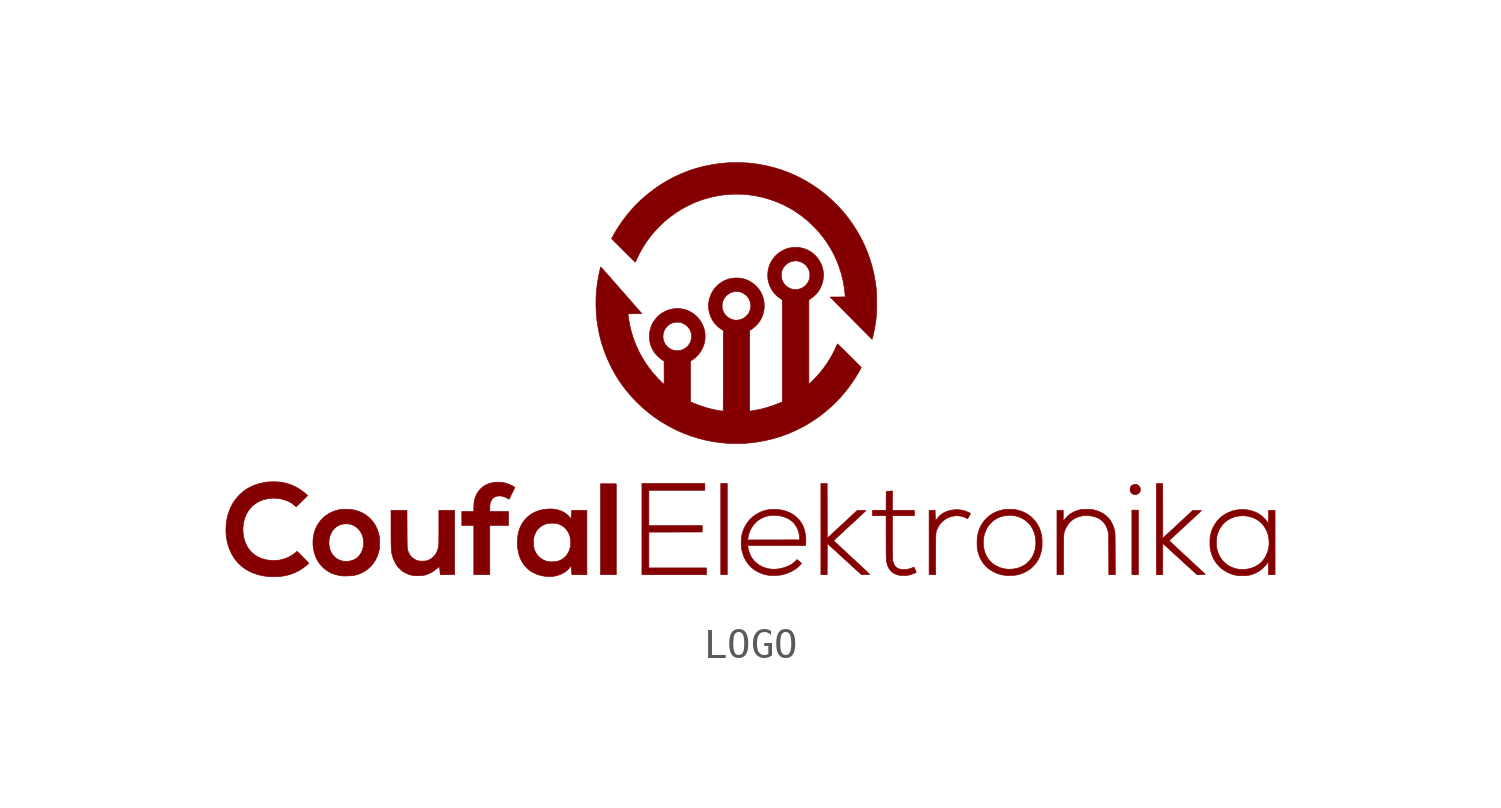
<source format=kicad_sym>
(kicad_symbol_lib
  (version 20210619)
  (generator bitmap2component)
  (symbol "LOGO"
    (pin_names
      (offset 1.016))
    (property "Reference" "#G"
      (at 0 6.861 0)
      (effects (font (size 1.27 1.27)) hide))
    (symbol "LOGO_0_0"
      (polyline (pts (xy -15.805 -6.188) (xy -15.737 -6.186) (xy -15.675 -6.183) (xy -15.624 -6.178) (xy -15.595 -6.174) (xy -15.439 -6.146) (xy -15.29 -6.105) (xy -15.148 -6.05) (xy -15.014 -5.982) (xy -14.886 -5.899) (xy -14.764 -5.804) (xy -14.744 -5.786) (xy -14.722 -5.766) (xy -14.707 -5.75) (xy -14.702 -5.742) (xy -14.707 -5.737) (xy -14.721 -5.721) (xy -14.743 -5.697) (xy -14.773 -5.666) (xy -14.809 -5.629) (xy -14.85 -5.587) (xy -14.894 -5.543) (xy -15.087 -5.35) (xy -15.137 -5.393) (xy -15.182 -5.429) (xy -15.287 -5.499) (xy -15.401 -5.558) (xy -15.524 -5.603) (xy -15.654 -5.637) (xy -15.654 -5.637) (xy -15.701 -5.644) (xy -15.76 -5.648) (xy -15.825 -5.651) (xy -15.893 -5.651) (xy -15.96 -5.648) (xy -16.022 -5.643) (xy -16.074 -5.636) (xy -16.121 -5.627) (xy -16.241 -5.593) (xy -16.352 -5.548) (xy -16.453 -5.492) (xy -16.544 -5.424) (xy -16.625 -5.345) (xy -16.696 -5.255) (xy -16.755 -5.154) (xy -16.799 -5.056) (xy -16.837 -4.94) (xy -16.863 -4.822) (xy -16.875 -4.701) (xy -16.876 -4.581) (xy -16.865 -4.462) (xy -16.843 -4.345) (xy -16.808 -4.233) (xy -16.763 -4.126) (xy -16.707 -4.026) (xy -16.639 -3.934) (xy -16.561 -3.852) (xy -16.477 -3.782) (xy -16.38 -3.721) (xy -16.276 -3.672) (xy -16.163 -3.635) (xy -16.041 -3.609) (xy -15.909 -3.595) (xy -15.869 -3.593) (xy -15.759 -3.597) (xy -15.648 -3.612) (xy -15.539 -3.639) (xy -15.434 -3.674) (xy -15.336 -3.72) (xy -15.246 -3.773) (xy -15.168 -3.834) (xy -15.163 -3.839) (xy -15.142 -3.857) (xy -15.126 -3.869) (xy -15.117 -3.874) (xy -15.113 -3.871) (xy -15.098 -3.858) (xy -15.075 -3.837) (xy -15.045 -3.808) (xy -15.009 -3.773) (xy -14.968 -3.734) (xy -14.924 -3.691) (xy -14.736 -3.507) (xy -14.771 -3.476) (xy -14.772 -3.475) (xy -14.896 -3.372) (xy -15.025 -3.283) (xy -15.159 -3.208) (xy -15.3 -3.147) (xy -15.446 -3.1) (xy -15.6 -3.067) (xy -15.627 -3.063) (xy -15.675 -3.059) (xy -15.734 -3.056) (xy -15.798 -3.054) (xy -15.866 -3.053) (xy -15.932 -3.054) (xy -15.994 -3.055) (xy -16.049 -3.058) (xy -16.093 -3.063) (xy -16.218 -3.084) (xy -16.366 -3.12) (xy -16.505 -3.167) (xy -16.634 -3.225) (xy -16.755 -3.294) (xy -16.868 -3.375) (xy -16.974 -3.469) (xy -17.026 -3.521) (xy -17.122 -3.635) (xy -17.205 -3.757) (xy -17.276 -3.889) (xy -17.335 -4.029) (xy -17.381 -4.178) (xy -17.416 -4.337) (xy -17.421 -4.373) (xy -17.428 -4.441) (xy -17.433 -4.517) (xy -17.436 -4.597) (xy -17.437 -4.675) (xy -17.435 -4.748) (xy -17.43 -4.811) (xy -17.428 -4.83) (xy -17.404 -4.991) (xy -17.367 -5.143) (xy -17.317 -5.287) (xy -17.256 -5.421) (xy -17.184 -5.546) (xy -17.1 -5.66) (xy -17.006 -5.765) (xy -16.901 -5.859) (xy -16.785 -5.941) (xy -16.66 -6.013) (xy -16.525 -6.073) (xy -16.381 -6.121) (xy -16.228 -6.157) (xy -16.066 -6.181) (xy -16.06 -6.182) (xy -16.008 -6.185) (xy -15.945 -6.188) (xy -15.876 -6.188) (xy -15.805 -6.188)) (stroke (width 0.01)) (fill (type outline)))
      (polyline (pts (xy -6.68 -6.179) (xy -6.626 -6.176) (xy -6.582 -6.17) (xy -6.514 -6.155) (xy -6.42 -6.126) (xy -6.331 -6.089) (xy -6.249 -6.043) (xy -6.176 -5.991) (xy -6.114 -5.933) (xy -6.066 -5.872) (xy -6.062 -5.867) (xy -6.048 -5.845) (xy -6.037 -5.83) (xy -6.032 -5.825) (xy -6.032 -5.826) (xy -6.031 -5.838) (xy -6.028 -5.862) (xy -6.025 -5.895) (xy -6.022 -5.934) (xy -6.021 -5.941) (xy -6.018 -5.984) (xy -6.014 -6.024) (xy -6.011 -6.058) (xy -6.009 -6.081) (xy -6.004 -6.121) (xy -5.51 -6.121) (xy -5.51 -3.996) (xy -6.012 -3.996) (xy -6.016 -4.044) (xy -6.019 -4.067) (xy -6.021 -4.103) (xy -6.024 -4.145) (xy -6.026 -4.187) (xy -6.031 -4.283) (xy -6.047 -4.261) (xy -6.09 -4.207) (xy -6.164 -4.135) (xy -6.248 -4.074) (xy -6.342 -4.024) (xy -6.445 -3.987) (xy -6.558 -3.962) (xy -6.559 -3.961) (xy -6.617 -3.955) (xy -6.685 -3.952) (xy -6.759 -3.952) (xy -6.835 -3.956) (xy -6.907 -3.963) (xy -6.971 -3.973) (xy -6.989 -3.977) (xy -7.115 -4.011) (xy -7.231 -4.057) (xy -7.338 -4.115) (xy -7.436 -4.184) (xy -7.522 -4.264) (xy -7.598 -4.354) (xy -7.663 -4.454) (xy -7.717 -4.564) (xy -7.758 -4.682) (xy -7.786 -4.809) (xy -7.796 -4.877) (xy -7.806 -5.006) (xy -7.806 -5.055) (xy -7.277 -5.055) (xy -7.276 -5.001) (xy -7.27 -4.93) (xy -7.257 -4.865) (xy -7.237 -4.803) (xy -7.208 -4.738) (xy -7.192 -4.707) (xy -7.175 -4.679) (xy -7.156 -4.653) (xy -7.132 -4.626) (xy -7.099 -4.592) (xy -7.077 -4.57) (xy -7.046 -4.542) (xy -7.02 -4.521) (xy -6.992 -4.504) (xy -6.961 -4.487) (xy -6.926 -4.471) (xy -6.875 -4.45) (xy -6.827 -4.436) (xy -6.778 -4.427) (xy -6.722 -4.422) (xy -6.656 -4.421) (xy -6.647 -4.421) (xy -6.588 -4.422) (xy -6.54 -4.426) (xy -6.498 -4.432) (xy -6.458 -4.443) (xy -6.417 -4.46) (xy -6.369 -4.481) (xy -6.328 -4.504) (xy -6.256 -4.555) (xy -6.194 -4.618) (xy -6.141 -4.691) (xy -6.099 -4.772) (xy -6.068 -4.861) (xy -6.049 -4.957) (xy -6.043 -5.059) (xy -6.046 -5.136) (xy -6.063 -5.234) (xy -6.091 -5.325) (xy -6.131 -5.409) (xy -6.183 -5.484) (xy -6.244 -5.55) (xy -6.315 -5.606) (xy -6.395 -5.65) (xy -6.484 -5.681) (xy -6.505 -5.686) (xy -6.55 -5.692) (xy -6.602 -5.696) (xy -6.657 -5.698) (xy -6.711 -5.697) (xy -6.759 -5.694) (xy -6.797 -5.688) (xy -6.864 -5.67) (xy -6.951 -5.634) (xy -7.029 -5.586) (xy -7.099 -5.525) (xy -7.139 -5.483) (xy -7.19 -5.412) (xy -7.229 -5.335) (xy -7.256 -5.251) (xy -7.272 -5.158) (xy -7.277 -5.055) (xy -7.806 -5.055) (xy -7.805 -5.136) (xy -7.794 -5.265) (xy -7.772 -5.388) (xy -7.741 -5.503) (xy -7.7 -5.606) (xy -7.644 -5.713) (xy -7.578 -5.81) (xy -7.5 -5.897) (xy -7.413 -5.972) (xy -7.358 -6.01) (xy -7.255 -6.069) (xy -7.142 -6.116) (xy -7.024 -6.151) (xy -6.9 -6.174) (xy -6.857 -6.178) (xy -6.801 -6.18) (xy -6.74 -6.181) (xy -6.68 -6.179)) (stroke (width 0.01)) (fill (type outline)))
      (polyline (pts (xy -13.47 -6.164) (xy -13.408 -6.162) (xy -13.347 -6.16) (xy -13.29 -6.155) (xy -13.241 -6.15) (xy -13.204 -6.144) (xy -13.184 -6.14) (xy -13.059 -6.105) (xy -12.945 -6.059) (xy -12.84 -6.001) (xy -12.744 -5.931) (xy -12.655 -5.849) (xy -12.65 -5.845) (xy -12.573 -5.754) (xy -12.507 -5.655) (xy -12.452 -5.548) (xy -12.408 -5.431) (xy -12.374 -5.303) (xy -12.369 -5.276) (xy -12.364 -5.228) (xy -12.361 -5.171) (xy -12.359 -5.108) (xy -12.359 -5.043) (xy -12.36 -4.979) (xy -12.363 -4.92) (xy -12.368 -4.869) (xy -12.374 -4.83) (xy -12.4 -4.728) (xy -12.445 -4.604) (xy -12.501 -4.49) (xy -12.569 -4.385) (xy -12.647 -4.291) (xy -12.736 -4.207) (xy -12.834 -4.135) (xy -12.941 -4.074) (xy -13.058 -4.025) (xy -13.182 -3.989) (xy -13.314 -3.965) (xy -13.339 -3.963) (xy -13.398 -3.96) (xy -13.465 -3.959) (xy -13.535 -3.961) (xy -13.604 -3.966) (xy -13.666 -3.972) (xy -13.718 -3.981) (xy -13.807 -4.003) (xy -13.925 -4.047) (xy -14.036 -4.102) (xy -14.138 -4.17) (xy -14.231 -4.248) (xy -14.314 -4.337) (xy -14.386 -4.436) (xy -14.447 -4.543) (xy -14.495 -4.659) (xy -14.53 -4.782) (xy -14.546 -4.86) (xy -14.56 -4.99) (xy -14.561 -5.112) (xy -14.033 -5.112) (xy -14.033 -5.016) (xy -14.02 -4.92) (xy -13.994 -4.826) (xy -13.956 -4.736) (xy -13.936 -4.699) (xy -13.914 -4.667) (xy -13.889 -4.635) (xy -13.854 -4.599) (xy -13.842 -4.588) (xy -13.78 -4.534) (xy -13.717 -4.495) (xy -13.649 -4.467) (xy -13.575 -4.449) (xy -13.491 -4.442) (xy -13.449 -4.441) (xy -13.386 -4.444) (xy -13.33 -4.453) (xy -13.275 -4.471) (xy -13.216 -4.496) (xy -13.174 -4.519) (xy -13.104 -4.571) (xy -13.041 -4.633) (xy -12.989 -4.705) (xy -12.946 -4.785) (xy -12.914 -4.871) (xy -12.893 -4.961) (xy -12.886 -5.055) (xy -12.891 -5.15) (xy -12.903 -5.22) (xy -12.93 -5.314) (xy -12.968 -5.399) (xy -13.016 -5.474) (xy -13.075 -5.539) (xy -13.142 -5.592) (xy -13.218 -5.634) (xy -13.302 -5.663) (xy -13.33 -5.669) (xy -13.423 -5.682) (xy -13.515 -5.681) (xy -13.603 -5.667) (xy -13.686 -5.64) (xy -13.764 -5.6) (xy -13.834 -5.549) (xy -13.894 -5.487) (xy -13.914 -5.462) (xy -13.961 -5.383) (xy -13.997 -5.298) (xy -14.021 -5.207) (xy -14.033 -5.112) (xy -14.561 -5.112) (xy -14.561 -5.118) (xy -14.549 -5.245) (xy -14.525 -5.367) (xy -14.489 -5.485) (xy -14.441 -5.597) (xy -14.382 -5.702) (xy -14.312 -5.797) (xy -14.231 -5.883) (xy -14.207 -5.904) (xy -14.156 -5.946) (xy -14.099 -5.987) (xy -14.043 -6.023) (xy -13.992 -6.052) (xy -13.937 -6.077) (xy -13.865 -6.103) (xy -13.787 -6.126) (xy -13.708 -6.145) (xy -13.632 -6.159) (xy -13.623 -6.16) (xy -13.581 -6.163) (xy -13.528 -6.164) (xy -13.47 -6.164)) (stroke (width 0.01)) (fill (type outline)))
      (polyline (pts (xy -11.026 -6.154) (xy -10.971 -6.151) (xy -10.924 -6.146) (xy -10.888 -6.141) (xy -10.857 -6.133) (xy -10.75 -6.097) (xy -10.646 -6.047) (xy -10.545 -5.982) (xy -10.446 -5.903) (xy -10.429 -5.888) (xy -10.409 -5.871) (xy -10.396 -5.862) (xy -10.388 -5.861) (xy -10.384 -5.866) (xy -10.383 -5.871) (xy -10.38 -5.891) (xy -10.375 -5.921) (xy -10.37 -5.958) (xy -10.365 -6) (xy -10.351 -6.121) (xy -9.88 -6.121) (xy -9.88 -3.996) (xy -10.4 -3.996) (xy -10.4 -4.625) (xy -10.4 -4.736) (xy -10.401 -4.837) (xy -10.402 -4.925) (xy -10.402 -5.002) (xy -10.403 -5.065) (xy -10.405 -5.114) (xy -10.406 -5.15) (xy -10.408 -5.171) (xy -10.421 -5.234) (xy -10.44 -5.301) (xy -10.465 -5.366) (xy -10.493 -5.421) (xy -10.515 -5.454) (xy -10.552 -5.498) (xy -10.593 -5.542) (xy -10.636 -5.579) (xy -10.677 -5.607) (xy -10.704 -5.622) (xy -10.741 -5.639) (xy -10.776 -5.653) (xy -10.796 -5.66) (xy -10.817 -5.666) (xy -10.839 -5.669) (xy -10.866 -5.672) (xy -10.9 -5.673) (xy -10.946 -5.673) (xy -10.951 -5.673) (xy -10.995 -5.673) (xy -11.028 -5.672) (xy -11.054 -5.67) (xy -11.075 -5.666) (xy -11.097 -5.661) (xy -11.122 -5.652) (xy -11.155 -5.639) (xy -11.217 -5.606) (xy -11.274 -5.566) (xy -11.321 -5.522) (xy -11.322 -5.521) (xy -11.347 -5.487) (xy -11.374 -5.443) (xy -11.399 -5.393) (xy -11.421 -5.343) (xy -11.436 -5.295) (xy -11.437 -5.292) (xy -11.44 -5.282) (xy -11.442 -5.27) (xy -11.444 -5.256) (xy -11.445 -5.238) (xy -11.447 -5.215) (xy -11.448 -5.186) (xy -11.449 -5.151) (xy -11.449 -5.107) (xy -11.45 -5.055) (xy -11.451 -4.992) (xy -11.451 -4.919) (xy -11.452 -4.833) (xy -11.452 -4.734) (xy -11.453 -4.621) (xy -11.455 -3.996) (xy -11.982 -3.996) (xy -11.982 -4.617) (xy -11.982 -4.678) (xy -11.982 -4.79) (xy -11.981 -4.889) (xy -11.981 -4.976) (xy -11.98 -5.051) (xy -11.979 -5.116) (xy -11.978 -5.172) (xy -11.977 -5.221) (xy -11.975 -5.262) (xy -11.972 -5.299) (xy -11.969 -5.33) (xy -11.966 -5.359) (xy -11.961 -5.386) (xy -11.957 -5.411) (xy -11.951 -5.437) (xy -11.945 -5.465) (xy -11.943 -5.471) (xy -11.908 -5.589) (xy -11.861 -5.697) (xy -11.804 -5.796) (xy -11.737 -5.884) (xy -11.66 -5.96) (xy -11.574 -6.026) (xy -11.48 -6.079) (xy -11.377 -6.12) (xy -11.267 -6.147) (xy -11.241 -6.151) (xy -11.195 -6.154) (xy -11.142 -6.156) (xy -11.084 -6.156) (xy -11.026 -6.154)) (stroke (width 0.01)) (fill (type outline)))
      (polyline (pts (xy 16.135 -6.156) (xy 16.181 -6.155) (xy 16.213 -6.154) (xy 16.268 -6.152) (xy 16.312 -6.149) (xy 16.35 -6.144) (xy 16.383 -6.137) (xy 16.389 -6.136) (xy 16.508 -6.1) (xy 16.62 -6.051) (xy 16.727 -5.989) (xy 16.748 -5.973) (xy 16.788 -5.94) (xy 16.833 -5.9) (xy 16.877 -5.857) (xy 16.919 -5.812) (xy 16.955 -5.771) (xy 16.982 -5.735) (xy 17.017 -5.681) (xy 17.017 -6.121) (xy 17.231 -6.121) (xy 17.231 -3.996) (xy 17.018 -3.996) (xy 17.016 -4.218) (xy 17.014 -4.44) (xy 16.972 -4.377) (xy 16.927 -4.316) (xy 16.861 -4.245) (xy 16.787 -4.18) (xy 16.706 -4.122) (xy 16.621 -4.073) (xy 16.589 -4.059) (xy 16.532 -4.036) (xy 16.468 -4.015) (xy 16.404 -3.997) (xy 16.345 -3.984) (xy 16.312 -3.979) (xy 16.241 -3.973) (xy 16.163 -3.97) (xy 16.084 -3.972) (xy 16.008 -3.978) (xy 15.942 -3.988) (xy 15.817 -4.019) (xy 15.697 -4.064) (xy 15.586 -4.121) (xy 15.484 -4.189) (xy 15.392 -4.269) (xy 15.311 -4.359) (xy 15.24 -4.46) (xy 15.18 -4.569) (xy 15.133 -4.689) (xy 15.098 -4.816) (xy 15.095 -4.831) (xy 15.09 -4.859) (xy 15.086 -4.887) (xy 15.083 -4.918) (xy 15.082 -4.954) (xy 15.081 -5) (xy 15.081 -5.051) (xy 15.291 -5.051) (xy 15.295 -4.97) (xy 15.303 -4.893) (xy 15.316 -4.824) (xy 15.338 -4.751) (xy 15.381 -4.646) (xy 15.436 -4.549) (xy 15.503 -4.461) (xy 15.58 -4.384) (xy 15.668 -4.317) (xy 15.67 -4.315) (xy 15.765 -4.262) (xy 15.867 -4.221) (xy 15.973 -4.193) (xy 16.082 -4.178) (xy 16.192 -4.175) (xy 16.302 -4.184) (xy 16.41 -4.207) (xy 16.513 -4.241) (xy 16.611 -4.288) (xy 16.702 -4.347) (xy 16.731 -4.37) (xy 16.787 -4.421) (xy 16.838 -4.479) (xy 16.886 -4.546) (xy 16.92 -4.603) (xy 16.968 -4.703) (xy 17.003 -4.807) (xy 17.025 -4.914) (xy 17.035 -5.023) (xy 17.034 -5.132) (xy 17.02 -5.239) (xy 16.995 -5.344) (xy 16.958 -5.445) (xy 16.91 -5.54) (xy 16.852 -5.628) (xy 16.782 -5.708) (xy 16.702 -5.778) (xy 16.682 -5.792) (xy 16.59 -5.848) (xy 16.489 -5.893) (xy 16.38 -5.925) (xy 16.266 -5.944) (xy 16.265 -5.944) (xy 16.146 -5.951) (xy 16.031 -5.943) (xy 15.921 -5.921) (xy 15.817 -5.886) (xy 15.72 -5.84) (xy 15.631 -5.781) (xy 15.55 -5.712) (xy 15.479 -5.632) (xy 15.417 -5.542) (xy 15.366 -5.443) (xy 15.328 -5.335) (xy 15.301 -5.22) (xy 15.299 -5.203) (xy 15.292 -5.131) (xy 15.291 -5.051) (xy 15.081 -5.051) (xy 15.081 -5.059) (xy 15.081 -5.093) (xy 15.081 -5.144) (xy 15.082 -5.184) (xy 15.085 -5.217) (xy 15.088 -5.246) (xy 15.092 -5.273) (xy 15.098 -5.303) (xy 15.119 -5.385) (xy 15.161 -5.509) (xy 15.216 -5.623) (xy 15.282 -5.728) (xy 15.36 -5.823) (xy 15.449 -5.908) (xy 15.55 -5.982) (xy 15.661 -6.046) (xy 15.665 -6.048) (xy 15.745 -6.084) (xy 15.829 -6.113) (xy 15.919 -6.136) (xy 16.02 -6.154) (xy 16.032 -6.155) (xy 16.057 -6.156) (xy 16.093 -6.156) (xy 16.135 -6.156)) (stroke (width 0.01)) (fill (type outline)))
      (polyline (pts (xy 0.698 -6.148) (xy 0.761 -6.145) (xy 0.822 -6.141) (xy 0.875 -6.136) (xy 0.917 -6.129) (xy 1.02 -6.104) (xy 1.143 -6.062) (xy 1.26 -6.01) (xy 1.367 -5.947) (xy 1.386 -5.934) (xy 1.414 -5.912) (xy 1.446 -5.885) (xy 1.478 -5.856) (xy 1.51 -5.827) (xy 1.538 -5.799) (xy 1.561 -5.776) (xy 1.576 -5.758) (xy 1.582 -5.747) (xy 1.582 -5.747) (xy 1.576 -5.739) (xy 1.56 -5.724) (xy 1.537 -5.704) (xy 1.509 -5.681) (xy 1.436 -5.622) (xy 1.373 -5.682) (xy 1.353 -5.701) (xy 1.322 -5.729) (xy 1.292 -5.753) (xy 1.268 -5.77) (xy 1.219 -5.8) (xy 1.119 -5.849) (xy 1.009 -5.889) (xy 0.891 -5.919) (xy 0.768 -5.938) (xy 0.703 -5.942) (xy 0.591 -5.94) (xy 0.481 -5.924) (xy 0.375 -5.895) (xy 0.274 -5.855) (xy 0.18 -5.803) (xy 0.095 -5.74) (xy 0.018 -5.667) (xy -0.047 -5.584) (xy -0.051 -5.579) (xy -0.09 -5.511) (xy -0.125 -5.436) (xy -0.154 -5.356) (xy -0.176 -5.278) (xy -0.188 -5.206) (xy -0.193 -5.158) (xy 1.718 -5.158) (xy 1.724 -5.091) (xy 1.725 -5.074) (xy 1.727 -4.961) (xy 1.718 -4.846) (xy 1.7 -4.732) (xy 1.673 -4.624) (xy 1.637 -4.525) (xy 1.602 -4.454) (xy 1.542 -4.359) (xy 1.469 -4.272) (xy 1.386 -4.195) (xy 1.292 -4.128) (xy 1.19 -4.072) (xy 1.079 -4.027) (xy 1.077 -4.026) (xy 1.017 -4.008) (xy 0.963 -3.993) (xy 0.91 -3.983) (xy 0.854 -3.976) (xy 0.792 -3.971) (xy 0.718 -3.968) (xy 0.67 -3.967) (xy 0.576 -3.969) (xy 0.491 -3.977) (xy 0.412 -3.99) (xy 0.336 -4.011) (xy 0.26 -4.04) (xy 0.18 -4.077) (xy 0.136 -4.099) (xy 0.044 -4.155) (xy -0.038 -4.218) (xy -0.115 -4.292) (xy -0.18 -4.367) (xy -0.251 -4.469) (xy -0.31 -4.578) (xy -0.357 -4.697) (xy -0.391 -4.824) (xy -0.393 -4.835) (xy -0.401 -4.889) (xy -0.406 -4.953) (xy -0.407 -4.975) (xy -0.193 -4.975) (xy -0.188 -4.925) (xy -0.186 -4.91) (xy -0.176 -4.851) (xy -0.16 -4.787) (xy -0.139 -4.723) (xy -0.116 -4.664) (xy -0.071 -4.574) (xy -0.01 -4.482) (xy 0.062 -4.401) (xy 0.143 -4.331) (xy 0.232 -4.272) (xy 0.33 -4.224) (xy 0.434 -4.189) (xy 0.544 -4.167) (xy 0.658 -4.159) (xy 0.777 -4.164) (xy 0.892 -4.181) (xy 1.002 -4.21) (xy 1.104 -4.251) (xy 1.195 -4.301) (xy 1.276 -4.363) (xy 1.346 -4.434) (xy 1.404 -4.515) (xy 1.42 -4.542) (xy 1.46 -4.627) (xy 1.49 -4.72) (xy 1.512 -4.817) (xy 1.522 -4.913) (xy 1.524 -4.971) (xy 0.666 -4.973) (xy -0.193 -4.975) (xy -0.407 -4.975) (xy -0.409 -5.024) (xy -0.409 -5.096) (xy -0.407 -5.166) (xy -0.402 -5.23) (xy -0.395 -5.284) (xy -0.378 -5.359) (xy -0.34 -5.482) (xy -0.29 -5.597) (xy -0.228 -5.702) (xy -0.155 -5.798) (xy -0.071 -5.883) (xy 0.023 -5.958) (xy 0.127 -6.022) (xy 0.241 -6.074) (xy 0.25 -6.078) (xy 0.334 -6.106) (xy 0.421 -6.128) (xy 0.504 -6.144) (xy 0.529 -6.146) (xy 0.578 -6.149) (xy 0.636 -6.149) (xy 0.698 -6.148)) (stroke (width 0.01)) (fill (type outline)))
      (polyline (pts (xy 5.009 -6.148) (xy 5.067 -6.144) (xy 5.118 -6.137) (xy 5.158 -6.129) (xy 5.177 -6.123) (xy 5.215 -6.111) (xy 5.255 -6.097) (xy 5.293 -6.083) (xy 5.326 -6.069) (xy 5.352 -6.058) (xy 5.366 -6.05) (xy 5.368 -6.048) (xy 5.371 -6.043) (xy 5.371 -6.033) (xy 5.366 -6.017) (xy 5.357 -5.992) (xy 5.341 -5.956) (xy 5.341 -5.956) (xy 5.326 -5.923) (xy 5.314 -5.897) (xy 5.304 -5.88) (xy 5.298 -5.874) (xy 5.293 -5.876) (xy 5.276 -5.882) (xy 5.25 -5.892) (xy 5.22 -5.904) (xy 5.204 -5.909) (xy 5.143 -5.93) (xy 5.086 -5.943) (xy 5.029 -5.95) (xy 4.967 -5.952) (xy 4.952 -5.952) (xy 4.872 -5.946) (xy 4.803 -5.929) (xy 4.745 -5.902) (xy 4.696 -5.864) (xy 4.657 -5.814) (xy 4.626 -5.752) (xy 4.603 -5.677) (xy 4.603 -5.675) (xy 4.601 -5.664) (xy 4.598 -5.652) (xy 4.597 -5.637) (xy 4.595 -5.618) (xy 4.594 -5.595) (xy 4.593 -5.566) (xy 4.592 -5.53) (xy 4.591 -5.488) (xy 4.59 -5.436) (xy 4.59 -5.375) (xy 4.589 -5.304) (xy 4.588 -5.222) (xy 4.588 -5.127) (xy 4.587 -5.019) (xy 4.587 -4.896) (xy 4.584 -4.172) (xy 5.311 -4.172) (xy 5.311 -3.996) (xy 4.585 -3.996) (xy 4.585 -3.354) (xy 4.564 -3.355) (xy 4.554 -3.356) (xy 4.53 -3.358) (xy 4.498 -3.361) (xy 4.463 -3.365) (xy 4.382 -3.374) (xy 4.378 -3.996) (xy 3.928 -3.996) (xy 3.928 -4.172) (xy 4.378 -4.172) (xy 4.378 -4.94) (xy 4.379 -5.06) (xy 4.379 -5.166) (xy 4.379 -5.259) (xy 4.38 -5.341) (xy 4.38 -5.411) (xy 4.381 -5.473) (xy 4.383 -5.525) (xy 4.384 -5.57) (xy 4.386 -5.608) (xy 4.388 -5.641) (xy 4.391 -5.669) (xy 4.395 -5.693) (xy 4.399 -5.715) (xy 4.403 -5.736) (xy 4.408 -5.756) (xy 4.414 -5.777) (xy 4.433 -5.833) (xy 4.471 -5.912) (xy 4.519 -5.98) (xy 4.578 -6.037) (xy 4.647 -6.082) (xy 4.727 -6.117) (xy 4.817 -6.141) (xy 4.843 -6.144) (xy 4.893 -6.148) (xy 4.95 -6.149) (xy 5.009 -6.148)) (stroke (width 0.01)) (fill (type outline)))
      (polyline (pts (xy 8.439 -6.148) (xy 8.486 -6.147) (xy 8.53 -6.146) (xy 8.585 -6.144) (xy 8.629 -6.141) (xy 8.667 -6.136) (xy 8.702 -6.13) (xy 8.816 -6.099) (xy 8.936 -6.054) (xy 9.046 -5.996) (xy 9.146 -5.928) (xy 9.236 -5.848) (xy 9.316 -5.758) (xy 9.384 -5.658) (xy 9.441 -5.548) (xy 9.486 -5.428) (xy 9.518 -5.299) (xy 9.525 -5.255) (xy 9.53 -5.2) (xy 9.532 -5.137) (xy 9.533 -5.069) (xy 9.532 -5.002) (xy 9.53 -4.937) (xy 9.525 -4.88) (xy 9.518 -4.833) (xy 9.517 -4.826) (xy 9.486 -4.699) (xy 9.444 -4.582) (xy 9.389 -4.474) (xy 9.321 -4.373) (xy 9.241 -4.279) (xy 9.222 -4.259) (xy 9.132 -4.18) (xy 9.035 -4.113) (xy 8.929 -4.058) (xy 8.814 -4.013) (xy 8.688 -3.98) (xy 8.652 -3.974) (xy 8.586 -3.966) (xy 8.512 -3.962) (xy 8.434 -3.962) (xy 8.359 -3.964) (xy 8.289 -3.97) (xy 8.23 -3.98) (xy 8.201 -3.987) (xy 8.078 -4.022) (xy 7.965 -4.069) (xy 7.861 -4.127) (xy 7.766 -4.197) (xy 7.678 -4.279) (xy 7.673 -4.284) (xy 7.593 -4.378) (xy 7.526 -4.48) (xy 7.472 -4.589) (xy 7.43 -4.706) (xy 7.4 -4.833) (xy 7.393 -4.879) (xy 7.388 -4.936) (xy 7.386 -5.001) (xy 7.385 -5.069) (xy 7.385 -5.074) (xy 7.59 -5.074) (xy 7.596 -4.956) (xy 7.614 -4.84) (xy 7.646 -4.728) (xy 7.691 -4.623) (xy 7.707 -4.591) (xy 7.743 -4.531) (xy 7.783 -4.477) (xy 7.832 -4.422) (xy 7.845 -4.408) (xy 7.93 -4.333) (xy 8.023 -4.271) (xy 8.122 -4.223) (xy 8.228 -4.189) (xy 8.34 -4.168) (xy 8.459 -4.161) (xy 8.547 -4.165) (xy 8.659 -4.182) (xy 8.765 -4.212) (xy 8.867 -4.256) (xy 8.945 -4.302) (xy 9.031 -4.368) (xy 9.109 -4.446) (xy 9.175 -4.533) (xy 9.231 -4.629) (xy 9.274 -4.733) (xy 9.301 -4.828) (xy 9.321 -4.945) (xy 9.328 -5.063) (xy 9.322 -5.18) (xy 9.302 -5.294) (xy 9.269 -5.404) (xy 9.224 -5.507) (xy 9.181 -5.58) (xy 9.115 -5.665) (xy 9.038 -5.74) (xy 8.952 -5.804) (xy 8.856 -5.857) (xy 8.752 -5.897) (xy 8.641 -5.926) (xy 8.635 -5.927) (xy 8.595 -5.932) (xy 8.548 -5.937) (xy 8.497 -5.94) (xy 8.448 -5.942) (xy 8.404 -5.942) (xy 8.371 -5.94) (xy 8.281 -5.927) (xy 8.168 -5.898) (xy 8.063 -5.857) (xy 7.967 -5.804) (xy 7.88 -5.74) (xy 7.804 -5.666) (xy 7.738 -5.581) (xy 7.684 -5.486) (xy 7.641 -5.381) (xy 7.619 -5.308) (xy 7.598 -5.192) (xy 7.59 -5.074) (xy 7.385 -5.074) (xy 7.386 -5.136) (xy 7.388 -5.199) (xy 7.393 -5.255) (xy 7.4 -5.299) (xy 7.422 -5.393) (xy 7.463 -5.515) (xy 7.516 -5.627) (xy 7.581 -5.73) (xy 7.657 -5.823) (xy 7.745 -5.906) (xy 7.844 -5.979) (xy 7.955 -6.041) (xy 8.001 -6.062) (xy 8.095 -6.097) (xy 8.2 -6.125) (xy 8.318 -6.146) (xy 8.332 -6.147) (xy 8.359 -6.148) (xy 8.395 -6.148) (xy 8.439 -6.148)) (stroke (width 0.01)) (fill (type outline)))
      (polyline (pts (xy -8.719 -4.493) (xy -8.1 -4.493) (xy -8.1 -4.035) (xy -8.72 -4.035) (xy -8.717 -3.907) (xy -8.717 -3.903) (xy -8.716 -3.855) (xy -8.714 -3.818) (xy -8.711 -3.79) (xy -8.707 -3.767) (xy -8.702 -3.746) (xy -8.694 -3.724) (xy -8.673 -3.674) (xy -8.637 -3.619) (xy -8.593 -3.575) (xy -8.54 -3.545) (xy -8.477 -3.526) (xy -8.406 -3.52) (xy -8.387 -3.52) (xy -8.329 -3.525) (xy -8.273 -3.538) (xy -8.214 -3.56) (xy -8.149 -3.591) (xy -8.079 -3.628) (xy -7.987 -3.44) (xy -7.985 -3.437) (xy -7.961 -3.387) (xy -7.939 -3.342) (xy -7.92 -3.303) (xy -7.905 -3.272) (xy -7.896 -3.25) (xy -7.892 -3.241) (xy -7.892 -3.24) (xy -7.9 -3.231) (xy -7.919 -3.217) (xy -7.947 -3.2) (xy -7.982 -3.182) (xy -8.021 -3.163) (xy -8.061 -3.144) (xy -8.101 -3.128) (xy -8.139 -3.114) (xy -8.195 -3.097) (xy -8.263 -3.08) (xy -8.329 -3.07) (xy -8.399 -3.066) (xy -8.478 -3.067) (xy -8.538 -3.07) (xy -8.643 -3.085) (xy -8.739 -3.11) (xy -8.829 -3.147) (xy -8.914 -3.196) (xy -8.933 -3.209) (xy -9.011 -3.273) (xy -9.079 -3.348) (xy -9.137 -3.433) (xy -9.182 -3.526) (xy -9.216 -3.626) (xy -9.222 -3.655) (xy -9.233 -3.712) (xy -9.241 -3.772) (xy -9.245 -3.839) (xy -9.246 -3.917) (xy -9.246 -4.035) (xy -9.643 -4.035) (xy -9.643 -4.493) (xy -9.246 -4.493) (xy -9.246 -6.121) (xy -8.719 -6.121) (xy -8.719 -4.493)) (stroke (width 0.01)) (fill (type outline)))
      (polyline (pts (xy -4.539 -3.118) (xy -5.059 -3.118) (xy -5.059 -6.121) (xy -4.539 -6.121) (xy -4.539 -3.118)) (stroke (width 0.01)) (fill (type outline)))
      (polyline (pts (xy -1.559 -5.899) (xy -3.462 -5.899) (xy -3.462 -4.715) (xy -2.581 -4.713) (xy -1.7 -4.711) (xy -1.696 -4.501) (xy -3.462 -4.501) (xy -3.462 -3.332) (xy -1.612 -3.332) (xy -1.612 -3.11) (xy -3.691 -3.11) (xy -3.691 -6.121) (xy -1.559 -6.121) (xy -1.559 -5.899)) (stroke (width 0.01)) (fill (type outline)))
      (polyline (pts (xy -0.871 -3.11) (xy -1.085 -3.11) (xy -1.085 -6.121) (xy -0.871 -6.121) (xy -0.871 -3.11)) (stroke (width 0.01)) (fill (type outline)))
      (polyline (pts (xy 2.434 -5.087) (xy 2.999 -5.604) (xy 3.565 -6.121) (xy 3.7 -6.121) (xy 3.718 -6.121) (xy 3.765 -6.12) (xy 3.798 -6.119) (xy 3.82 -6.117) (xy 3.832 -6.115) (xy 3.835 -6.111) (xy 3.83 -6.105) (xy 3.815 -6.09) (xy 3.789 -6.065) (xy 3.755 -6.032) (xy 3.712 -5.992) (xy 3.661 -5.944) (xy 3.604 -5.89) (xy 3.54 -5.831) (xy 3.471 -5.767) (xy 3.398 -5.698) (xy 3.32 -5.626) (xy 3.239 -5.552) (xy 3.161 -5.48) (xy 3.084 -5.408) (xy 3.01 -5.34) (xy 2.941 -5.276) (xy 2.878 -5.216) (xy 2.82 -5.163) (xy 2.77 -5.115) (xy 2.727 -5.075) (xy 2.692 -5.042) (xy 2.667 -5.018) (xy 2.651 -5.002) (xy 2.646 -4.996) (xy 2.646 -4.996) (xy 2.655 -4.987) (xy 2.674 -4.969) (xy 2.703 -4.942) (xy 2.74 -4.907) (xy 2.785 -4.865) (xy 2.838 -4.816) (xy 2.896 -4.762) (xy 2.961 -4.702) (xy 3.03 -4.638) (xy 3.103 -4.571) (xy 3.179 -4.5) (xy 3.201 -4.479) (xy 3.277 -4.41) (xy 3.349 -4.343) (xy 3.416 -4.28) (xy 3.479 -4.222) (xy 3.536 -4.169) (xy 3.586 -4.122) (xy 3.629 -4.082) (xy 3.664 -4.049) (xy 3.69 -4.025) (xy 3.707 -4.009) (xy 3.712 -4.003) (xy 3.712 -4.003) (xy 3.705 -4.001) (xy 3.685 -3.999) (xy 3.655 -3.998) (xy 3.616 -3.997) (xy 3.571 -3.997) (xy 3.427 -3.997) (xy 2.93 -4.457) (xy 2.434 -4.918) (xy 2.432 -4.014) (xy 2.43 -3.11) (xy 2.224 -3.11) (xy 2.224 -6.121) (xy 2.43 -6.121) (xy 2.434 -5.087)) (stroke (width 0.01)) (fill (type outline)))
      (polyline (pts (xy 6.016 -5.439) (xy 6.016 -5.356) (xy 6.016 -5.246) (xy 6.017 -5.15) (xy 6.017 -5.066) (xy 6.018 -4.994) (xy 6.018 -4.933) (xy 6.019 -4.88) (xy 6.021 -4.836) (xy 6.022 -4.799) (xy 6.024 -4.768) (xy 6.027 -4.742) (xy 6.03 -4.72) (xy 6.034 -4.701) (xy 6.038 -4.684) (xy 6.043 -4.668) (xy 6.05 -4.652) (xy 6.056 -4.635) (xy 6.064 -4.616) (xy 6.075 -4.589) (xy 6.122 -4.502) (xy 6.182 -4.423) (xy 6.253 -4.351) (xy 6.333 -4.29) (xy 6.421 -4.241) (xy 6.438 -4.233) (xy 6.533 -4.2) (xy 6.631 -4.18) (xy 6.73 -4.175) (xy 6.829 -4.184) (xy 6.925 -4.208) (xy 7.017 -4.245) (xy 7.022 -4.248) (xy 7.046 -4.26) (xy 7.064 -4.268) (xy 7.072 -4.271) (xy 7.072 -4.271) (xy 7.078 -4.263) (xy 7.088 -4.245) (xy 7.103 -4.22) (xy 7.119 -4.191) (xy 7.135 -4.162) (xy 7.149 -4.135) (xy 7.16 -4.114) (xy 7.166 -4.102) (xy 7.166 -4.1) (xy 7.157 -4.092) (xy 7.136 -4.08) (xy 7.108 -4.066) (xy 7.074 -4.051) (xy 7.036 -4.035) (xy 6.999 -4.021) (xy 6.964 -4.008) (xy 6.933 -3.999) (xy 6.87 -3.986) (xy 6.767 -3.975) (xy 6.661 -3.976) (xy 6.554 -3.987) (xy 6.45 -4.01) (xy 6.354 -4.043) (xy 6.279 -4.08) (xy 6.207 -4.128) (xy 6.141 -4.183) (xy 6.085 -4.243) (xy 6.04 -4.306) (xy 6.01 -4.359) (xy 6.005 -4.241) (xy 6.005 -4.227) (xy 6.003 -4.179) (xy 6.001 -4.132) (xy 6 -4.09) (xy 6 -4.059) (xy 5.998 -3.996) (xy 5.8 -3.996) (xy 5.8 -6.121) (xy 6.013 -6.121) (xy 6.016 -5.439)) (stroke (width 0.01)) (fill (type outline)))
      (polyline (pts (xy 10.241 -5.458) (xy 10.242 -5.367) (xy 10.242 -5.262) (xy 10.243 -5.171) (xy 10.243 -5.092) (xy 10.243 -5.024) (xy 10.244 -4.967) (xy 10.245 -4.919) (xy 10.246 -4.879) (xy 10.247 -4.846) (xy 10.248 -4.82) (xy 10.249 -4.799) (xy 10.251 -4.782) (xy 10.253 -4.768) (xy 10.255 -4.756) (xy 10.257 -4.745) (xy 10.26 -4.734) (xy 10.269 -4.703) (xy 10.306 -4.604) (xy 10.355 -4.512) (xy 10.413 -4.428) (xy 10.481 -4.356) (xy 10.556 -4.295) (xy 10.608 -4.263) (xy 10.695 -4.223) (xy 10.789 -4.193) (xy 10.889 -4.174) (xy 10.99 -4.167) (xy 11.091 -4.171) (xy 11.184 -4.186) (xy 11.288 -4.213) (xy 11.381 -4.25) (xy 11.463 -4.298) (xy 11.534 -4.357) (xy 11.595 -4.427) (xy 11.646 -4.508) (xy 11.686 -4.6) (xy 11.716 -4.703) (xy 11.718 -4.711) (xy 11.721 -4.724) (xy 11.723 -4.737) (xy 11.725 -4.752) (xy 11.727 -4.769) (xy 11.728 -4.791) (xy 11.729 -4.817) (xy 11.73 -4.849) (xy 11.731 -4.889) (xy 11.732 -4.936) (xy 11.733 -4.992) (xy 11.733 -5.059) (xy 11.734 -5.136) (xy 11.734 -5.226) (xy 11.735 -5.329) (xy 11.735 -5.446) (xy 11.738 -6.121) (xy 11.952 -6.121) (xy 11.949 -5.439) (xy 11.949 -5.381) (xy 11.948 -5.269) (xy 11.948 -5.17) (xy 11.947 -5.084) (xy 11.947 -5.01) (xy 11.946 -4.946) (xy 11.945 -4.893) (xy 11.944 -4.848) (xy 11.943 -4.81) (xy 11.942 -4.779) (xy 11.941 -4.754) (xy 11.939 -4.734) (xy 11.938 -4.716) (xy 11.935 -4.702) (xy 11.933 -4.689) (xy 11.928 -4.664) (xy 11.895 -4.546) (xy 11.851 -4.439) (xy 11.796 -4.341) (xy 11.729 -4.254) (xy 11.652 -4.178) (xy 11.563 -4.112) (xy 11.464 -4.057) (xy 11.354 -4.013) (xy 11.233 -3.979) (xy 11.208 -3.974) (xy 11.179 -3.969) (xy 11.148 -3.966) (xy 11.111 -3.964) (xy 11.065 -3.963) (xy 11.007 -3.962) (xy 10.944 -3.963) (xy 10.885 -3.965) (xy 10.839 -3.968) (xy 10.809 -3.972) (xy 10.701 -4.001) (xy 10.593 -4.043) (xy 10.495 -4.095) (xy 10.408 -4.158) (xy 10.332 -4.231) (xy 10.267 -4.313) (xy 10.232 -4.367) (xy 10.232 -3.996) (xy 10.025 -3.996) (xy 10.025 -6.121) (xy 10.239 -6.121) (xy 10.241 -5.458)) (stroke (width 0.01)) (fill (type outline)))
      (polyline (pts (xy 12.715 -3.989) (xy 12.501 -3.989) (xy 12.501 -6.121) (xy 12.715 -6.121) (xy 12.715 -3.989)) (stroke (width 0.01)) (fill (type outline)))
      (polyline (pts (xy 13.52 -5.604) (xy 13.521 -5.087) (xy 14.087 -5.604) (xy 14.652 -6.121) (xy 14.788 -6.121) (xy 14.806 -6.121) (xy 14.852 -6.12) (xy 14.886 -6.119) (xy 14.908 -6.117) (xy 14.92 -6.115) (xy 14.923 -6.111) (xy 14.918 -6.105) (xy 14.902 -6.09) (xy 14.877 -6.065) (xy 14.842 -6.032) (xy 14.799 -5.992) (xy 14.749 -5.944) (xy 14.691 -5.89) (xy 14.628 -5.831) (xy 14.559 -5.767) (xy 14.485 -5.698) (xy 14.408 -5.626) (xy 14.327 -5.552) (xy 14.249 -5.48) (xy 14.171 -5.408) (xy 14.098 -5.34) (xy 14.029 -5.276) (xy 13.965 -5.216) (xy 13.908 -5.163) (xy 13.857 -5.115) (xy 13.815 -5.075) (xy 13.78 -5.042) (xy 13.754 -5.018) (xy 13.739 -5.002) (xy 13.733 -4.996) (xy 13.734 -4.996) (xy 13.743 -4.987) (xy 13.762 -4.969) (xy 13.791 -4.942) (xy 13.828 -4.907) (xy 13.873 -4.865) (xy 13.925 -4.816) (xy 13.984 -4.762) (xy 14.048 -4.702) (xy 14.117 -4.638) (xy 14.19 -4.571) (xy 14.267 -4.5) (xy 14.289 -4.479) (xy 14.364 -4.41) (xy 14.436 -4.343) (xy 14.504 -4.28) (xy 14.567 -4.222) (xy 14.624 -4.169) (xy 14.674 -4.122) (xy 14.717 -4.082) (xy 14.752 -4.049) (xy 14.778 -4.025) (xy 14.794 -4.009) (xy 14.8 -4.003) (xy 14.8 -4.003) (xy 14.793 -4.001) (xy 14.773 -3.999) (xy 14.742 -3.998) (xy 14.704 -3.997) (xy 14.659 -3.997) (xy 14.515 -3.997) (xy 13.521 -4.918) (xy 13.52 -4.014) (xy 13.518 -3.11) (xy 13.311 -3.11) (xy 13.311 -6.121) (xy 13.518 -6.121) (xy 13.52 -5.604)) (stroke (width 0.01)) (fill (type outline)))
      (polyline (pts (xy 12.658 -3.468) (xy 12.701 -3.45) (xy 12.737 -3.423) (xy 12.763 -3.388) (xy 12.777 -3.352) (xy 12.781 -3.303) (xy 12.774 -3.254) (xy 12.766 -3.234) (xy 12.742 -3.196) (xy 12.709 -3.167) (xy 12.669 -3.147) (xy 12.626 -3.138) (xy 12.582 -3.139) (xy 12.539 -3.151) (xy 12.5 -3.174) (xy 12.467 -3.208) (xy 12.454 -3.231) (xy 12.445 -3.256) (xy 12.442 -3.289) (xy 12.442 -3.331) (xy 12.454 -3.379) (xy 12.478 -3.418) (xy 12.514 -3.449) (xy 12.562 -3.47) (xy 12.568 -3.471) (xy 12.612 -3.476) (xy 12.658 -3.468)) (stroke (width 0.01)) (fill (type outline)))
      (polyline (pts (xy -0.54 -1.786) (xy -0.475 -1.786) (xy -0.413 -1.785) (xy -0.358 -1.784) (xy -0.31 -1.782) (xy -0.275 -1.78) (xy -0.144 -1.77) (xy 0.124 -1.736) (xy 0.388 -1.689) (xy 0.647 -1.627) (xy 0.903 -1.55) (xy 1.154 -1.458) (xy 1.154 -1.458) (xy 1.22 -1.43) (xy 1.296 -1.397) (xy 1.378 -1.359) (xy 1.463 -1.318) (xy 1.547 -1.276) (xy 1.627 -1.235) (xy 1.7 -1.196) (xy 1.761 -1.161) (xy 1.768 -1.157) (xy 1.997 -1.014) (xy 2.216 -0.859) (xy 2.424 -0.692) (xy 2.622 -0.515) (xy 2.81 -0.327) (xy 2.986 -0.129) (xy 3.151 0.08) (xy 3.305 0.298) (xy 3.345 0.359) (xy 3.387 0.427) (xy 3.429 0.496) (xy 3.469 0.563) (xy 3.503 0.624) (xy 3.531 0.676) (xy 3.557 0.726) (xy 3.167 1.116) (xy 3.112 1.171) (xy 3.051 1.232) (xy 2.994 1.289) (xy 2.941 1.341) (xy 2.894 1.388) (xy 2.853 1.428) (xy 2.82 1.46) (xy 2.795 1.485) (xy 2.779 1.5) (xy 2.773 1.505) (xy 2.773 1.505) (xy 2.767 1.497) (xy 2.758 1.479) (xy 2.747 1.454) (xy 2.672 1.29) (xy 2.571 1.098) (xy 2.457 0.909) (xy 2.329 0.725) (xy 2.19 0.546) (xy 2.175 0.529) (xy 2.142 0.492) (xy 2.105 0.451) (xy 2.064 0.406) (xy 2.021 0.361) (xy 1.979 0.318) (xy 1.94 0.278) (xy 1.905 0.243) (xy 1.876 0.215) (xy 1.855 0.197) (xy 1.826 0.174) (xy 1.826 2.962) (xy 1.882 2.997) (xy 1.974 3.064) (xy 2.059 3.144) (xy 2.133 3.234) (xy 2.195 3.333) (xy 2.245 3.439) (xy 2.282 3.553) (xy 2.288 3.578) (xy 2.298 3.639) (xy 2.304 3.708) (xy 2.307 3.779) (xy 2.306 3.846) (xy 2.3 3.905) (xy 2.279 4.008) (xy 2.243 4.117) (xy 2.193 4.22) (xy 2.132 4.316) (xy 2.06 4.403) (xy 1.978 4.482) (xy 1.887 4.549) (xy 1.787 4.606) (xy 1.681 4.649) (xy 1.62 4.667) (xy 1.506 4.689) (xy 1.393 4.697) (xy 1.282 4.691) (xy 1.173 4.672) (xy 1.068 4.64) (xy 0.968 4.596) (xy 0.874 4.541) (xy 0.787 4.474) (xy 0.708 4.398) (xy 0.637 4.311) (xy 0.577 4.215) (xy 0.528 4.111) (xy 0.492 3.999) (xy 0.487 3.979) (xy 0.476 3.916) (xy 0.47 3.846) (xy 0.467 3.775) (xy 0.914 3.775) (xy 0.916 3.831) (xy 0.924 3.882) (xy 0.94 3.932) (xy 0.965 3.988) (xy 0.982 4.021) (xy 1.03 4.085) (xy 1.087 4.141) (xy 1.154 4.186) (xy 1.227 4.22) (xy 1.305 4.241) (xy 1.387 4.249) (xy 1.424 4.247) (xy 1.505 4.233) (xy 1.581 4.206) (xy 1.651 4.167) (xy 1.714 4.117) (xy 1.767 4.057) (xy 1.809 3.988) (xy 1.833 3.933) (xy 1.849 3.883) (xy 1.858 3.832) (xy 1.86 3.775) (xy 1.858 3.727) (xy 1.851 3.674) (xy 1.835 3.622) (xy 1.811 3.565) (xy 1.791 3.528) (xy 1.743 3.463) (xy 1.684 3.406) (xy 1.616 3.36) (xy 1.541 3.326) (xy 1.535 3.324) (xy 1.488 3.312) (xy 1.433 3.305) (xy 1.375 3.303) (xy 1.321 3.305) (xy 1.276 3.312) (xy 1.275 3.312) (xy 1.195 3.341) (xy 1.123 3.381) (xy 1.059 3.433) (xy 1.005 3.494) (xy 0.963 3.565) (xy 0.942 3.612) (xy 0.925 3.664) (xy 0.916 3.716) (xy 0.914 3.775) (xy 0.467 3.775) (xy 0.467 3.774) (xy 0.468 3.705) (xy 0.473 3.645) (xy 0.49 3.559) (xy 0.525 3.449) (xy 0.573 3.344) (xy 0.633 3.246) (xy 0.705 3.156) (xy 0.786 3.076) (xy 0.878 3.007) (xy 0.948 2.961) (xy 0.948 -0.41) (xy 0.846 -0.453) (xy 0.818 -0.465) (xy 0.642 -0.533) (xy 0.466 -0.591) (xy 0.287 -0.64) (xy 0.1 -0.68) (xy -0.097 -0.714) (xy -0.13 -0.718) (xy -0.13 1.952) (xy -0.091 1.974) (xy -0.074 1.984) (xy -0.03 2.015) (xy 0.017 2.053) (xy 0.064 2.094) (xy 0.105 2.135) (xy 0.141 2.176) (xy 0.211 2.271) (xy 0.267 2.373) (xy 0.309 2.48) (xy 0.318 2.507) (xy 0.341 2.614) (xy 0.351 2.727) (xy 0.349 2.84) (xy 0.334 2.952) (xy 0.305 3.058) (xy 0.29 3.101) (xy 0.241 3.204) (xy 0.18 3.301) (xy 0.107 3.39) (xy 0.024 3.469) (xy -0.068 3.537) (xy -0.167 3.594) (xy -0.273 3.637) (xy -0.309 3.648) (xy -0.416 3.672) (xy -0.527 3.683) (xy -0.639 3.681) (xy -0.748 3.667) (xy -0.852 3.641) (xy -0.875 3.633) (xy -0.983 3.587) (xy -1.083 3.527) (xy -1.175 3.456) (xy -1.257 3.374) (xy -1.329 3.282) (xy -1.39 3.18) (xy -1.433 3.08) (xy -1.466 2.971) (xy -1.485 2.86) (xy -1.489 2.766) (xy -1.042 2.766) (xy -1.04 2.803) (xy -1.027 2.884) (xy -1 2.96) (xy -0.958 3.03) (xy -0.902 3.096) (xy -0.846 3.144) (xy -0.777 3.187) (xy -0.703 3.217) (xy -0.627 3.234) (xy -0.549 3.237) (xy -0.472 3.228) (xy -0.397 3.205) (xy -0.325 3.17) (xy -0.259 3.122) (xy -0.199 3.06) (xy -0.173 3.024) (xy -0.14 2.963) (xy -0.114 2.896) (xy -0.098 2.827) (xy -0.092 2.762) (xy -0.096 2.714) (xy -0.106 2.659) (xy -0.123 2.603) (xy -0.143 2.553) (xy -0.148 2.542) (xy -0.188 2.48) (xy -0.24 2.423) (xy -0.302 2.373) (xy -0.369 2.333) (xy -0.441 2.305) (xy -0.444 2.304) (xy -0.476 2.298) (xy -0.515 2.292) (xy -0.557 2.289) (xy -0.594 2.288) (xy -0.623 2.29) (xy -0.697 2.306) (xy -0.772 2.335) (xy -0.84 2.376) (xy -0.903 2.431) (xy -0.923 2.452) (xy -0.951 2.484) (xy -0.972 2.516) (xy -0.992 2.553) (xy -1.016 2.609) (xy -1.032 2.659) (xy -1.04 2.71) (xy -1.042 2.766) (xy -1.489 2.766) (xy -1.49 2.749) (xy -1.482 2.638) (xy -1.46 2.53) (xy -1.425 2.425) (xy -1.378 2.324) (xy -1.319 2.23) (xy -1.248 2.142) (xy -1.165 2.062) (xy -1.072 1.992) (xy -1.001 1.946) (xy -1.001 0.614) (xy -1.001 0.508) (xy -1.001 0.344) (xy -1.001 0.194) (xy -1.001 0.057) (xy -1.002 -0.066) (xy -1.002 -0.176) (xy -1.002 -0.274) (xy -1.002 -0.36) (xy -1.003 -0.436) (xy -1.003 -0.501) (xy -1.004 -0.557) (xy -1.005 -0.603) (xy -1.005 -0.641) (xy -1.006 -0.67) (xy -1.007 -0.692) (xy -1.008 -0.707) (xy -1.009 -0.716) (xy -1.011 -0.718) (xy -1.011 -0.718) (xy -1.028 -0.717) (xy -1.058 -0.713) (xy -1.096 -0.707) (xy -1.141 -0.699) (xy -1.189 -0.691) (xy -1.238 -0.682) (xy -1.284 -0.673) (xy -1.325 -0.664) (xy -1.346 -0.66) (xy -1.555 -0.607) (xy -1.765 -0.539) (xy -1.977 -0.457) (xy -2.086 -0.411) (xy -2.086 0.936) (xy -2.016 0.982) (xy -1.973 1.012) (xy -1.886 1.086) (xy -1.808 1.171) (xy -1.742 1.265) (xy -1.687 1.367) (xy -1.644 1.475) (xy -1.615 1.588) (xy -1.611 1.615) (xy -1.606 1.67) (xy -1.604 1.73) (xy -1.604 1.792) (xy -1.606 1.849) (xy -1.612 1.896) (xy -1.63 1.982) (xy -1.667 2.091) (xy -1.716 2.194) (xy -1.777 2.291) (xy -1.849 2.378) (xy -1.931 2.457) (xy -2.022 2.525) (xy -2.121 2.581) (xy -2.227 2.625) (xy -2.294 2.645) (xy -2.409 2.666) (xy -2.523 2.673) (xy -2.636 2.666) (xy -2.747 2.646) (xy -2.854 2.612) (xy -2.956 2.565) (xy -3.052 2.506) (xy -3.141 2.435) (xy -3.221 2.353) (xy -3.292 2.259) (xy -3.312 2.227) (xy -3.335 2.188) (xy -3.355 2.151) (xy -3.369 2.122) (xy -3.405 2.021) (xy -3.432 1.904) (xy -3.445 1.788) (xy -3.444 1.748) (xy -2.995 1.748) (xy -2.992 1.805) (xy -2.984 1.858) (xy -2.973 1.903) (xy -2.967 1.919) (xy -2.93 1.994) (xy -2.88 2.062) (xy -2.82 2.12) (xy -2.751 2.167) (xy -2.675 2.201) (xy -2.635 2.212) (xy -2.579 2.22) (xy -2.52 2.223) (xy -2.463 2.221) (xy -2.414 2.213) (xy -2.37 2.199) (xy -2.295 2.165) (xy -2.228 2.119) (xy -2.169 2.064) (xy -2.12 1.999) (xy -2.083 1.928) (xy -2.059 1.852) (xy -2.059 1.85) (xy -2.049 1.767) (xy -2.054 1.686) (xy -2.072 1.608) (xy -2.102 1.535) (xy -2.145 1.468) (xy -2.198 1.409) (xy -2.26 1.359) (xy -2.332 1.319) (xy -2.412 1.291) (xy -2.488 1.278) (xy -2.571 1.279) (xy -2.653 1.295) (xy -2.734 1.327) (xy -2.75 1.335) (xy -2.809 1.374) (xy -2.864 1.424) (xy -2.912 1.482) (xy -2.948 1.544) (xy -2.953 1.554) (xy -2.968 1.59) (xy -2.98 1.627) (xy -2.988 1.656) (xy -2.993 1.693) (xy -2.995 1.748) (xy -3.444 1.748) (xy -3.442 1.672) (xy -3.425 1.557) (xy -3.393 1.445) (xy -3.345 1.336) (xy -3.284 1.23) (xy -3.261 1.2) (xy -3.22 1.151) (xy -3.172 1.101) (xy -3.121 1.053) (xy -3.071 1.011) (xy -3.024 0.978) (xy -2.958 0.936) (xy -2.957 0.167) (xy -2.994 0.197) (xy -3.014 0.215) (xy -3.046 0.246) (xy -3.085 0.284) (xy -3.128 0.328) (xy -3.173 0.375) (xy -3.218 0.423) (xy -3.26 0.47) (xy -3.299 0.513) (xy -3.332 0.551) (xy -3.423 0.666) (xy -3.558 0.853) (xy -3.68 1.049) (xy -3.79 1.252) (xy -3.886 1.461) (xy -3.969 1.675) (xy -4.037 1.893) (xy -4.091 2.114) (xy -4.095 2.133) (xy -4.104 2.181) (xy -4.113 2.233) (xy -4.122 2.287) (xy -4.131 2.34) (xy -4.138 2.388) (xy -4.144 2.43) (xy -4.148 2.463) (xy -4.149 2.483) (xy -4.149 2.484) (xy -4.149 2.489) (xy -4.145 2.492) (xy -4.138 2.494) (xy -4.125 2.496) (xy -4.105 2.498) (xy -4.076 2.499) (xy -4.037 2.499) (xy -3.986 2.5) (xy -3.921 2.501) (xy -3.692 2.503) (xy -4.366 3.272) (xy -4.401 3.313) (xy -4.482 3.405) (xy -4.559 3.493) (xy -4.633 3.577) (xy -4.703 3.657) (xy -4.768 3.731) (xy -4.828 3.798) (xy -4.882 3.859) (xy -4.929 3.913) (xy -4.969 3.958) (xy -5.001 3.994) (xy -5.026 4.021) (xy -5.041 4.038) (xy -5.047 4.044) (xy -5.049 4.044) (xy -5.052 4.042) (xy -5.056 4.035) (xy -5.06 4.021) (xy -5.066 4) (xy -5.074 3.969) (xy -5.084 3.926) (xy -5.097 3.87) (xy -5.12 3.762) (xy -5.163 3.515) (xy -5.193 3.267) (xy -5.208 3.015) (xy -5.209 2.759) (xy -5.201 2.555) (xy -5.178 2.291) (xy -5.14 2.033) (xy -5.089 1.78) (xy -5.023 1.532) (xy -4.942 1.287) (xy -4.848 1.045) (xy -4.738 0.806) (xy -4.664 0.661) (xy -4.581 0.511) (xy -4.494 0.368) (xy -4.402 0.229) (xy -4.301 0.088) (xy -4.203 -0.038) (xy -4.033 -0.239) (xy -3.852 -0.43) (xy -3.661 -0.609) (xy -3.46 -0.778) (xy -3.251 -0.935) (xy -3.033 -1.08) (xy -2.807 -1.212) (xy -2.575 -1.332) (xy -2.335 -1.439) (xy -2.091 -1.532) (xy -1.84 -1.611) (xy -1.586 -1.676) (xy -1.55 -1.684) (xy -1.412 -1.712) (xy -1.274 -1.735) (xy -1.133 -1.754) (xy -0.985 -1.77) (xy -0.825 -1.783) (xy -0.812 -1.784) (xy -0.774 -1.785) (xy -0.725 -1.786) (xy -0.668 -1.786) (xy -0.605 -1.787) (xy -0.54 -1.786)) (stroke (width 0.01)) (fill (type outline)))
      (polyline (pts (xy 3.917 1.664) (xy 3.924 1.684) (xy 3.932 1.715) (xy 3.943 1.756) (xy 3.954 1.804) (xy 3.966 1.859) (xy 3.978 1.918) (xy 3.99 1.98) (xy 4.002 2.043) (xy 4.013 2.104) (xy 4.022 2.163) (xy 4.03 2.216) (xy 4.04 2.287) (xy 4.049 2.351) (xy 4.055 2.412) (xy 4.06 2.471) (xy 4.064 2.533) (xy 4.066 2.599) (xy 4.068 2.672) (xy 4.069 2.755) (xy 4.069 2.85) (xy 4.069 2.928) (xy 4.068 3.009) (xy 4.067 3.08) (xy 4.065 3.143) (xy 4.063 3.201) (xy 4.059 3.256) (xy 4.054 3.311) (xy 4.047 3.369) (xy 4.039 3.433) (xy 4.03 3.504) (xy 4.023 3.554) (xy 3.976 3.811) (xy 3.916 4.064) (xy 3.841 4.312) (xy 3.753 4.555) (xy 3.651 4.793) (xy 3.537 5.023) (xy 3.41 5.247) (xy 3.271 5.464) (xy 3.12 5.673) (xy 2.957 5.873) (xy 2.784 6.064) (xy 2.6 6.246) (xy 2.405 6.418) (xy 2.201 6.58) (xy 1.987 6.73) (xy 1.764 6.869) (xy 1.532 6.995) (xy 1.407 7.057) (xy 1.166 7.163) (xy 0.919 7.254) (xy 0.667 7.331) (xy 0.41 7.394) (xy 0.147 7.443) (xy -0.122 7.477) (xy -0.162 7.481) (xy -0.229 7.485) (xy -0.305 7.489) (xy -0.388 7.492) (xy -0.475 7.494) (xy -0.562 7.495) (xy -0.647 7.495) (xy -0.727 7.494) (xy -0.797 7.492) (xy -0.856 7.489) (xy -1.109 7.466) (xy -1.376 7.427) (xy -1.637 7.374) (xy -1.893 7.307) (xy -2.142 7.226) (xy -2.386 7.13) (xy -2.624 7.021) (xy -2.856 6.897) (xy -3.081 6.76) (xy -3.3 6.609) (xy -3.513 6.444) (xy -3.719 6.265) (xy -3.746 6.24) (xy -3.897 6.092) (xy -4.044 5.931) (xy -4.186 5.761) (xy -4.321 5.584) (xy -4.447 5.403) (xy -4.563 5.22) (xy -4.665 5.037) (xy -4.694 4.981) (xy -4.305 4.592) (xy -4.251 4.537) (xy -4.189 4.476) (xy -4.132 4.419) (xy -4.079 4.367) (xy -4.032 4.321) (xy -3.991 4.281) (xy -3.958 4.249) (xy -3.933 4.225) (xy -3.917 4.21) (xy -3.91 4.205) (xy -3.906 4.21) (xy -3.897 4.227) (xy -3.885 4.252) (xy -3.871 4.284) (xy -3.865 4.297) (xy -3.769 4.5) (xy -3.658 4.697) (xy -3.535 4.887) (xy -3.399 5.07) (xy -3.252 5.244) (xy -3.095 5.409) (xy -2.926 5.565) (xy -2.749 5.71) (xy -2.563 5.843) (xy -2.369 5.964) (xy -2.364 5.967) (xy -2.304 6) (xy -2.235 6.037) (xy -2.161 6.074) (xy -2.085 6.111) (xy -2.011 6.146) (xy -1.943 6.177) (xy -1.884 6.201) (xy -1.745 6.253) (xy -1.534 6.319) (xy -1.319 6.373) (xy -1.097 6.414) (xy -0.867 6.443) (xy -0.862 6.443) (xy -0.811 6.447) (xy -0.749 6.449) (xy -0.679 6.451) (xy -0.603 6.452) (xy -0.526 6.452) (xy -0.451 6.451) (xy -0.381 6.449) (xy -0.318 6.446) (xy -0.268 6.443) (xy -0.181 6.434) (xy 0.056 6.399) (xy 0.287 6.35) (xy 0.513 6.287) (xy 0.732 6.21) (xy 0.946 6.119) (xy 1.153 6.014) (xy 1.354 5.896) (xy 1.548 5.763) (xy 1.735 5.617) (xy 1.75 5.605) (xy 1.801 5.559) (xy 1.859 5.506) (xy 1.92 5.449) (xy 1.981 5.389) (xy 2.039 5.33) (xy 2.091 5.275) (xy 2.135 5.227) (xy 2.282 5.048) (xy 2.419 4.859) (xy 2.542 4.662) (xy 2.653 4.458) (xy 2.75 4.248) (xy 2.833 4.032) (xy 2.902 3.811) (xy 2.957 3.586) (xy 2.997 3.356) (xy 3.023 3.124) (xy 3.028 3.057) (xy 2.778 3.055) (xy 2.529 3.053) (xy 3.218 2.356) (xy 3.231 2.342) (xy 3.315 2.257) (xy 3.397 2.174) (xy 3.475 2.095) (xy 3.549 2.021) (xy 3.618 1.952) (xy 3.681 1.888) (xy 3.738 1.831) (xy 3.83 1.738) (xy 3.865 1.704) (xy 3.89 1.679) (xy 3.906 1.664) (xy 3.912 1.658) (xy 3.917 1.664)) (stroke (width 0.01)) (fill (type outline))))))
</source>
